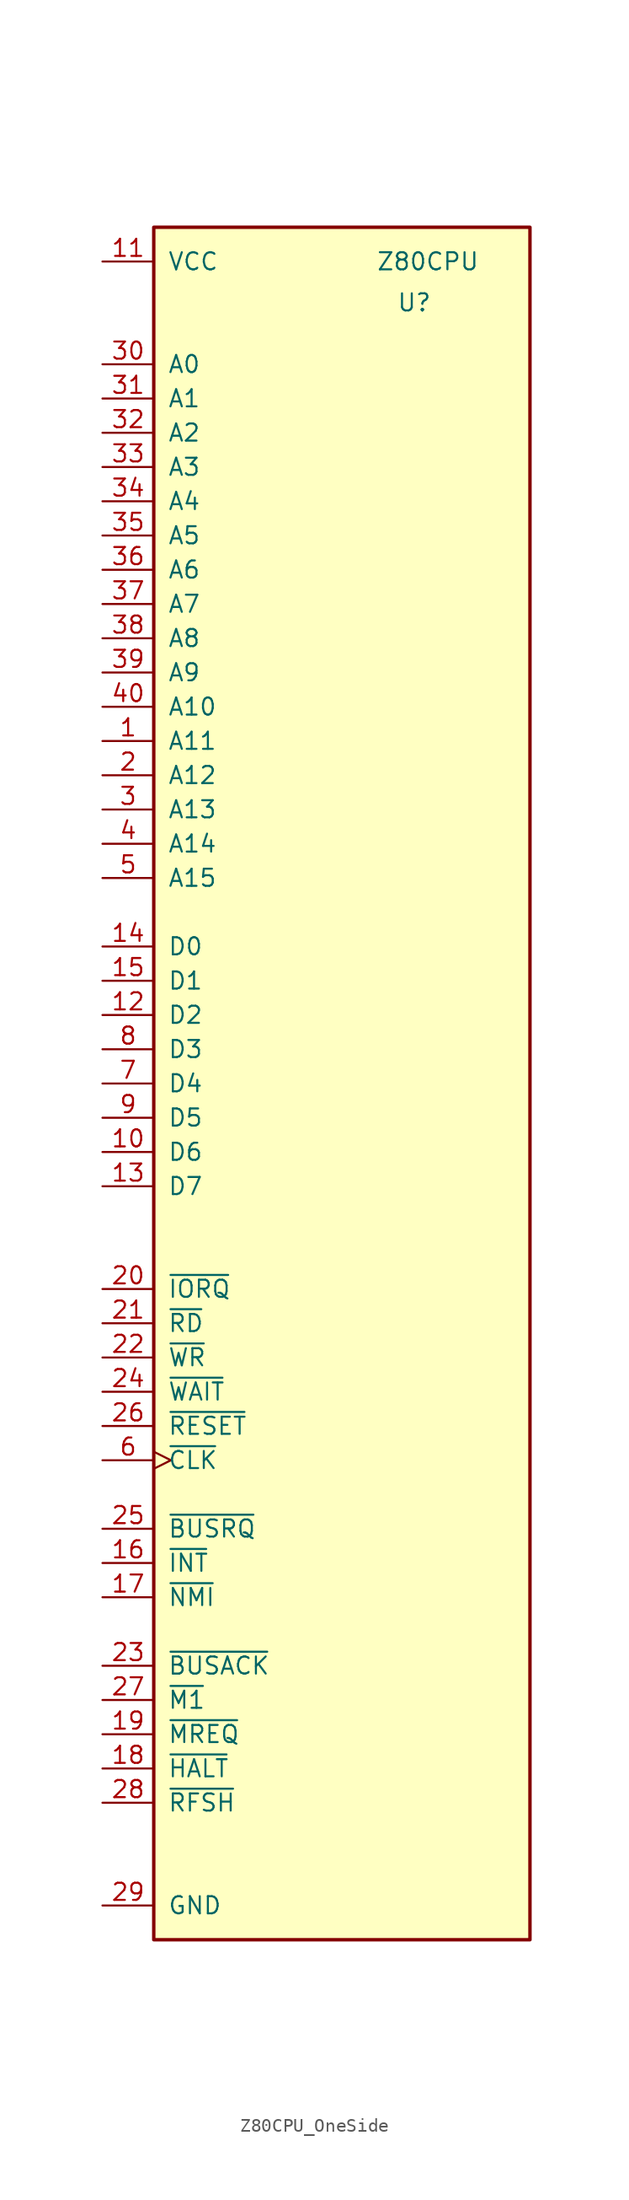
<source format=kicad_sym>
(kicad_symbol_lib
  (version 20241209)
  (generator "kicad_symbol_editor")
  (generator_version "9.0")
  (symbol "Z80CPU_OneSide"
    (pin_names
      (offset 1.016))
    (property "Reference" "U"
      (at 4.064 57.912 0)
      (effects (font (size 1.27 1.27)) (justify left)))
    (property "Value" "Z80CPU"
      (at 2.54 60.96 0)
      (effects (font (size 1.27 1.27)) (justify left)))
    (symbol "Z80CPU_OneSide_0_1"
      (rectangle (start -13.97 63.5) (end 13.97 -63.5) (stroke (width 0.254) (type default)) (fill (type background))))
    (symbol "Z80CPU_OneSide_1_1"
      (pin power_in line (at -17.78 60.96 0) (length 3.81) (name "VCC" (effects (font (size 1.27 1.27)))) (number "11" (effects (font (size 1.27 1.27)))))
      (pin output line (at -17.78 53.34 0) (length 3.81) (name "A0" (effects (font (size 1.27 1.27)))) (number "30" (effects (font (size 1.27 1.27)))))
      (pin output line (at -17.78 50.8 0) (length 3.81) (name "A1" (effects (font (size 1.27 1.27)))) (number "31" (effects (font (size 1.27 1.27)))))
      (pin output line (at -17.78 48.26 0) (length 3.81) (name "A2" (effects (font (size 1.27 1.27)))) (number "32" (effects (font (size 1.27 1.27)))))
      (pin output line (at -17.78 45.72 0) (length 3.81) (name "A3" (effects (font (size 1.27 1.27)))) (number "33" (effects (font (size 1.27 1.27)))))
      (pin output line (at -17.78 43.18 0) (length 3.81) (name "A4" (effects (font (size 1.27 1.27)))) (number "34" (effects (font (size 1.27 1.27)))))
      (pin output line (at -17.78 40.64 0) (length 3.81) (name "A5" (effects (font (size 1.27 1.27)))) (number "35" (effects (font (size 1.27 1.27)))))
      (pin output line (at -17.78 38.1 0) (length 3.81) (name "A6" (effects (font (size 1.27 1.27)))) (number "36" (effects (font (size 1.27 1.27)))))
      (pin output line (at -17.78 35.56 0) (length 3.81) (name "A7" (effects (font (size 1.27 1.27)))) (number "37" (effects (font (size 1.27 1.27)))))
      (pin output line (at -17.78 33.02 0) (length 3.81) (name "A8" (effects (font (size 1.27 1.27)))) (number "38" (effects (font (size 1.27 1.27)))))
      (pin output line (at -17.78 30.48 0) (length 3.81) (name "A9" (effects (font (size 1.27 1.27)))) (number "39" (effects (font (size 1.27 1.27)))))
      (pin output line (at -17.78 27.94 0) (length 3.81) (name "A10" (effects (font (size 1.27 1.27)))) (number "40" (effects (font (size 1.27 1.27)))))
      (pin output line (at -17.78 25.4 0) (length 3.81) (name "A11" (effects (font (size 1.27 1.27)))) (number "1" (effects (font (size 1.27 1.27)))))
      (pin output line (at -17.78 22.86 0) (length 3.81) (name "A12" (effects (font (size 1.27 1.27)))) (number "2" (effects (font (size 1.27 1.27)))))
      (pin output line (at -17.78 20.32 0) (length 3.81) (name "A13" (effects (font (size 1.27 1.27)))) (number "3" (effects (font (size 1.27 1.27)))))
      (pin output line (at -17.78 17.78 0) (length 3.81) (name "A14" (effects (font (size 1.27 1.27)))) (number "4" (effects (font (size 1.27 1.27)))))
      (pin output line (at -17.78 15.24 0) (length 3.81) (name "A15" (effects (font (size 1.27 1.27)))) (number "5" (effects (font (size 1.27 1.27)))))
      (pin bidirectional line (at -17.78 10.16 0) (length 3.81) (name "D0" (effects (font (size 1.27 1.27)))) (number "14" (effects (font (size 1.27 1.27)))))
      (pin bidirectional line (at -17.78 7.62 0) (length 3.81) (name "D1" (effects (font (size 1.27 1.27)))) (number "15" (effects (font (size 1.27 1.27)))))
      (pin bidirectional line (at -17.78 5.08 0) (length 3.81) (name "D2" (effects (font (size 1.27 1.27)))) (number "12" (effects (font (size 1.27 1.27)))))
      (pin bidirectional line (at -17.78 2.54 0) (length 3.81) (name "D3" (effects (font (size 1.27 1.27)))) (number "8" (effects (font (size 1.27 1.27)))))
      (pin bidirectional line (at -17.78 0 0) (length 3.81) (name "D4" (effects (font (size 1.27 1.27)))) (number "7" (effects (font (size 1.27 1.27)))))
      (pin bidirectional line (at -17.78 -2.54 0) (length 3.81) (name "D5" (effects (font (size 1.27 1.27)))) (number "9" (effects (font (size 1.27 1.27)))))
      (pin bidirectional line (at -17.78 -5.08 0) (length 3.81) (name "D6" (effects (font (size 1.27 1.27)))) (number "10" (effects (font (size 1.27 1.27)))))
      (pin bidirectional line (at -17.78 -7.62 0) (length 3.81) (name "D7" (effects (font (size 1.27 1.27)))) (number "13" (effects (font (size 1.27 1.27)))))
      (pin output line (at -17.78 -15.24 0) (length 3.81) (name "~{IORQ}" (effects (font (size 1.27 1.27)))) (number "20" (effects (font (size 1.27 1.27)))))
      (pin output line (at -17.78 -17.78 0) (length 3.81) (name "~{RD}" (effects (font (size 1.27 1.27)))) (number "21" (effects (font (size 1.27 1.27)))))
      (pin output line (at -17.78 -20.32 0) (length 3.81) (name "~{WR}" (effects (font (size 1.27 1.27)))) (number "22" (effects (font (size 1.27 1.27)))))
      (pin input line (at -17.78 -22.86 0) (length 3.81) (name "~{WAIT}" (effects (font (size 1.27 1.27)))) (number "24" (effects (font (size 1.27 1.27)))))
      (pin input line (at -17.78 -25.4 0) (length 3.81) (name "~{RESET}" (effects (font (size 1.27 1.27)))) (number "26" (effects (font (size 1.27 1.27)))))
      (pin input clock (at -17.78 -27.94 0) (length 3.81) (name "~{CLK}" (effects (font (size 1.27 1.27)))) (number "6" (effects (font (size 1.27 1.27)))))
      (pin input line (at -17.78 -33.02 0) (length 3.81) (name "~{BUSRQ}" (effects (font (size 1.27 1.27)))) (number "25" (effects (font (size 1.27 1.27)))))
      (pin input line (at -17.78 -35.56 0) (length 3.81) (name "~{INT}" (effects (font (size 1.27 1.27)))) (number "16" (effects (font (size 1.27 1.27)))))
      (pin input line (at -17.78 -38.1 0) (length 3.81) (name "~{NMI}" (effects (font (size 1.27 1.27)))) (number "17" (effects (font (size 1.27 1.27)))))
      (pin output line (at -17.78 -43.18 0) (length 3.81) (name "~{BUSACK}" (effects (font (size 1.27 1.27)))) (number "23" (effects (font (size 1.27 1.27)))))
      (pin output line (at -17.78 -45.72 0) (length 3.81) (name "~{M1}" (effects (font (size 1.27 1.27)))) (number "27" (effects (font (size 1.27 1.27)))))
      (pin output line (at -17.78 -48.26 0) (length 3.81) (name "~{MREQ}" (effects (font (size 1.27 1.27)))) (number "19" (effects (font (size 1.27 1.27)))))
      (pin output line (at -17.78 -50.8 0) (length 3.81) (name "~{HALT}" (effects (font (size 1.27 1.27)))) (number "18" (effects (font (size 1.27 1.27)))))
      (pin output line (at -17.78 -53.34 0) (length 3.81) (name "~{RFSH}" (effects (font (size 1.27 1.27)))) (number "28" (effects (font (size 1.27 1.27)))))
      (pin power_in line (at -17.78 -60.96 0) (length 3.81) (name "GND" (effects (font (size 1.27 1.27)))) (number "29" (effects (font (size 1.27 1.27))))))))
</source>
